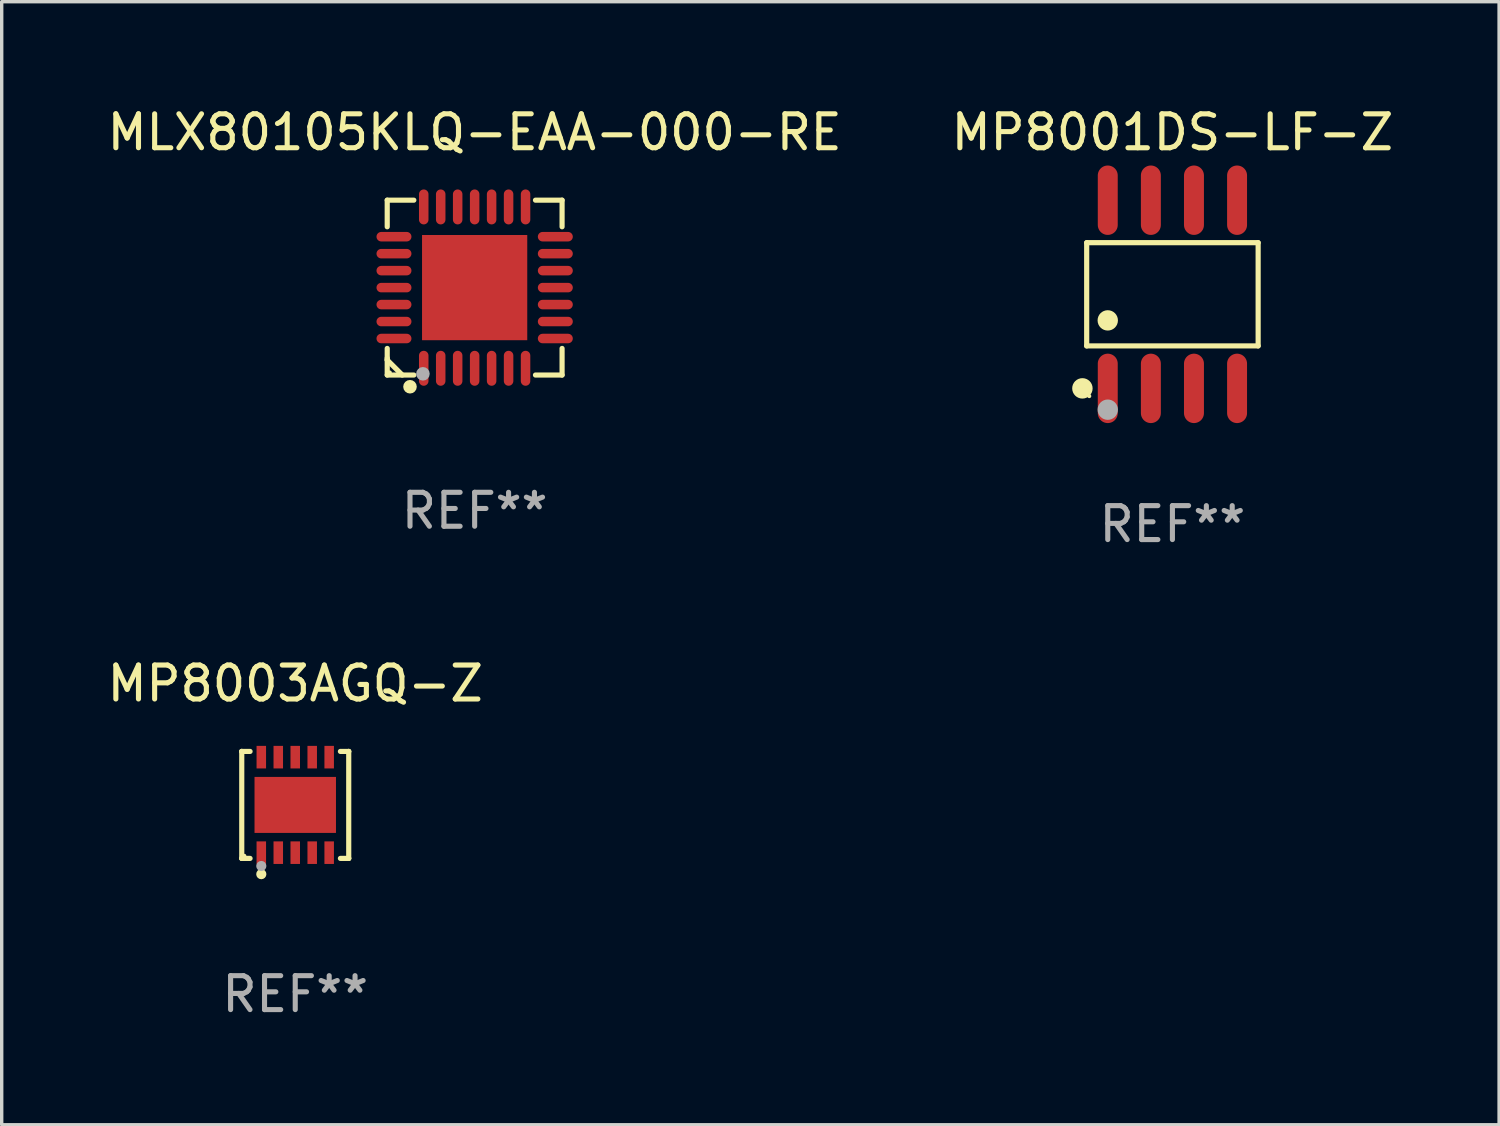
<source format=kicad_pcb>
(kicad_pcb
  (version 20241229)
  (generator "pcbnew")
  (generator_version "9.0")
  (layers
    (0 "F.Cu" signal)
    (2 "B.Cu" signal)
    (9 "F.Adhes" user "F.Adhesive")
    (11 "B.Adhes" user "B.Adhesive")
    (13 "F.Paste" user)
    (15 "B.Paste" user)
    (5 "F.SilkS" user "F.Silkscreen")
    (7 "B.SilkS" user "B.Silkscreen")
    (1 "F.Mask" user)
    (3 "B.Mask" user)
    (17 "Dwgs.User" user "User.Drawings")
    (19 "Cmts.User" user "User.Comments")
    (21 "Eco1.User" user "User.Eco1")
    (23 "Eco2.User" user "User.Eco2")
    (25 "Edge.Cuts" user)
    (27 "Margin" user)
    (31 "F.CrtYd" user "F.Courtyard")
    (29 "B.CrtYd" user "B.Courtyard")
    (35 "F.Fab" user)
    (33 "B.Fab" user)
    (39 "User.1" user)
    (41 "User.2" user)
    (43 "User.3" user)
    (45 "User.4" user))
  (footprint "MP8001DS-LF-Z"
    (layer "F.Cu")
    (at 31.494 5.621)
    (property "Reference" "MP8001DS-LF-Z" (at 0 -4.772 0) (layer "F.SilkS") (effects (font (size 1 1) (thickness 0.15))))
    (attr through_hole)
    (fp_line (start -2.526 -1.521) (end 2.526 -1.521) (stroke (width 0.152) (type solid)) (layer "F.SilkS"))
    (fp_line (start -2.526 1.521) (end -2.526 -1.521) (stroke (width 0.152) (type solid)) (layer "F.SilkS"))
    (fp_line (start 2.526 -1.521) (end 2.526 1.521) (stroke (width 0.152) (type solid)) (layer "F.SilkS"))
    (fp_line (start 2.526 1.521) (end -2.526 1.521) (stroke (width 0.152) (type solid)) (layer "F.SilkS"))
    (fp_circle (center -2.652 2.772) (end -2.501 2.772) (stroke (width 0.3) (type solid)) (fill no) (layer "F.SilkS"))
    (fp_circle (center -2.45 3) (end -2.42 3) (stroke (width 0.06) (type solid)) (fill no) (layer "F.SilkS"))
    (fp_circle (center -1.905 0.769) (end -1.755 0.769) (stroke (width 0.3) (type solid)) (fill no) (layer "F.SilkS"))
    (fp_circle (center -1.905 3.4) (end -1.755 3.4) (stroke (width 0.3) (type solid)) (fill no) (layer "F.Fab"))
    (fp_text user "REF**" (at 0 6.772 0) (layer "F.Fab") (effects (font (size 1 1) (thickness 0.15))))
    (pad "1" smd oval (at -1.905 2.772) (size 0.588 2.045) (layers "F.Cu" "F.Mask" "F.Paste"))
    (pad "2" smd oval (at -0.635 2.772) (size 0.588 2.045) (layers "F.Cu" "F.Mask" "F.Paste"))
    (pad "3" smd oval (at 0.635 2.772) (size 0.588 2.045) (layers "F.Cu" "F.Mask" "F.Paste"))
    (pad "4" smd oval (at 1.905 2.772) (size 0.588 2.045) (layers "F.Cu" "F.Mask" "F.Paste"))
    (pad "5" smd oval (at 1.905 -2.772) (size 0.588 2.045) (layers "F.Cu" "F.Mask" "F.Paste"))
    (pad "6" smd oval (at 0.635 -2.772) (size 0.588 2.045) (layers "F.Cu" "F.Mask" "F.Paste"))
    (pad "7" smd oval (at -0.635 -2.772) (size 0.588 2.045) (layers "F.Cu" "F.Mask" "F.Paste"))
    (pad "8" smd oval (at -1.905 -2.772) (size 0.588 2.045) (layers "F.Cu" "F.Mask" "F.Paste")))
  (footprint "MP8003AGQ-Z"
    (layer "F.Cu")
    (at 5.649 20.666)
    (property "Reference" "MP8003AGQ-Z" (at 0 -3.576 0) (layer "F.SilkS") (effects (font (size 1 1) (thickness 0.15))))
    (attr through_hole)
    (fp_line (start -1.576 -1.576) (end -1.576 -1.576) (stroke (width 0.152) (type solid)) (layer "F.SilkS"))
    (fp_line (start -1.576 -1.576) (end -1.331 -1.576) (stroke (width 0.152) (type solid)) (layer "F.SilkS"))
    (fp_line (start -1.576 1.576) (end -1.576 -1.576) (stroke (width 0.152) (type solid)) (layer "F.SilkS"))
    (fp_line (start -1.576 1.576) (end -1.576 1.576) (stroke (width 0.152) (type solid)) (layer "F.SilkS"))
    (fp_line (start -1.331 1.576) (end -1.576 1.576) (stroke (width 0.152) (type solid)) (layer "F.SilkS"))
    (fp_line (start 1.331 1.576) (end 1.576 1.576) (stroke (width 0.152) (type solid)) (layer "F.SilkS"))
    (fp_line (start 1.576 -1.576) (end 1.331 -1.576) (stroke (width 0.152) (type solid)) (layer "F.SilkS"))
    (fp_line (start 1.576 -1.576) (end 1.576 -1.576) (stroke (width 0.152) (type solid)) (layer "F.SilkS"))
    (fp_line (start 1.576 1.576) (end 1.576 -1.576) (stroke (width 0.152) (type solid)) (layer "F.SilkS"))
    (fp_line (start 1.576 1.576) (end 1.576 1.576) (stroke (width 0.152) (type solid)) (layer "F.SilkS"))
    (fp_circle (center -1.5 1.5) (end -1.47 1.5) (stroke (width 0.06) (type solid)) (fill no) (layer "F.SilkS"))
    (fp_circle (center -1 2.04) (end -0.925 2.04) (stroke (width 0.15) (type solid)) (fill no) (layer "F.SilkS"))
    (fp_circle (center -1 1.8) (end -0.925 1.8) (stroke (width 0.15) (type solid)) (fill no) (layer "F.Fab"))
    (fp_text user "REF**" (at 0 5.576 0) (layer "F.Fab") (effects (font (size 1 1) (thickness 0.15))))
    (pad "1" smd rect (at -1 1.407) (size 0.28 0.665) (layers "F.Cu" "F.Mask" "F.Paste"))
    (pad "2" smd rect (at -0.5 1.407) (size 0.28 0.665) (layers "F.Cu" "F.Mask" "F.Paste"))
    (pad "3" smd rect (at 0 1.407) (size 0.28 0.665) (layers "F.Cu" "F.Mask" "F.Paste"))
    (pad "4" smd rect (at 0.5 1.407) (size 0.28 0.665) (layers "F.Cu" "F.Mask" "F.Paste"))
    (pad "5" smd rect (at 1 1.407) (size 0.28 0.665) (layers "F.Cu" "F.Mask" "F.Paste"))
    (pad "6" smd rect (at 1 -1.407) (size 0.28 0.665) (layers "F.Cu" "F.Mask" "F.Paste"))
    (pad "7" smd rect (at 0.5 -1.407) (size 0.28 0.665) (layers "F.Cu" "F.Mask" "F.Paste"))
    (pad "8" smd rect (at 0 -1.407) (size 0.28 0.665) (layers "F.Cu" "F.Mask" "F.Paste"))
    (pad "9" smd rect (at -0.5 -1.407) (size 0.28 0.665) (layers "F.Cu" "F.Mask" "F.Paste"))
    (pad "10" smd rect (at -1 -1.407) (size 0.28 0.665) (layers "F.Cu" "F.Mask" "F.Paste"))
    (pad "11" smd rect (at 0 0) (size 2.4 1.65) (layers "F.Cu" "F.Mask" "F.Paste")))
  (footprint "MLX80105KLQ-EAA-000-RE"
    (layer "F.Cu")
    (at 10.935 5.424)
    (property "Reference" "MLX80105KLQ-EAA-000-RE" (at 0 -4.576 0) (layer "F.SilkS") (effects (font (size 1 1) (thickness 0.15))))
    (attr through_hole)
    (fp_line (start -2.576 -2.576) (end -2.576 -1.792) (stroke (width 0.152) (type solid)) (layer "F.SilkS"))
    (fp_line (start -2.576 2.077) (end -2.576 2.133) (stroke (width 0.152) (type solid)) (layer "F.SilkS"))
    (fp_line (start -2.576 2.133) (end -2.133 2.576) (stroke (width 0.152) (type solid)) (layer "F.SilkS"))
    (fp_line (start -2.576 2.576) (end -2.576 1.792) (stroke (width 0.152) (type solid)) (layer "F.SilkS"))
    (fp_line (start -1.792 -2.576) (end -2.576 -2.576) (stroke (width 0.152) (type solid)) (layer "F.SilkS"))
    (fp_line (start -1.792 2.576) (end -2.576 2.576) (stroke (width 0.152) (type solid)) (layer "F.SilkS"))
    (fp_line (start 1.792 -2.576) (end 2.576 -2.576) (stroke (width 0.152) (type solid)) (layer "F.SilkS"))
    (fp_line (start 1.792 2.576) (end 2.576 2.576) (stroke (width 0.152) (type solid)) (layer "F.SilkS"))
    (fp_line (start 2.576 -2.576) (end 2.576 -1.792) (stroke (width 0.152) (type solid)) (layer "F.SilkS"))
    (fp_line (start 2.576 2.576) (end 2.576 1.792) (stroke (width 0.152) (type solid)) (layer "F.SilkS"))
    (fp_circle (center -2.5 2.5) (end -2.47 2.5) (stroke (width 0.06) (type solid)) (fill no) (layer "F.SilkS"))
    (fp_circle (center -1.905 2.921) (end -1.805 2.921) (stroke (width 0.2) (type solid)) (fill no) (layer "F.SilkS"))
    (fp_circle (center -1.524 2.54) (end -1.424 2.54) (stroke (width 0.2) (type solid)) (fill no) (layer "F.Fab"))
    (fp_text user "REF**" (at 0 6.576 0) (layer "F.Fab") (effects (font (size 1 1) (thickness 0.15))))
    (pad "1" smd oval (at -1.5 2.377) (size 0.28 1.03) (layers "F.Cu" "F.Mask" "F.Paste"))
    (pad "2" smd oval (at -1 2.377) (size 0.28 1.03) (layers "F.Cu" "F.Mask" "F.Paste"))
    (pad "3" smd oval (at -0.5 2.377) (size 0.28 1.03) (layers "F.Cu" "F.Mask" "F.Paste"))
    (pad "4" smd oval (at 0 2.377) (size 0.28 1.03) (layers "F.Cu" "F.Mask" "F.Paste"))
    (pad "5" smd oval (at 0.5 2.377) (size 0.28 1.03) (layers "F.Cu" "F.Mask" "F.Paste"))
    (pad "6" smd oval (at 1 2.377) (size 0.28 1.03) (layers "F.Cu" "F.Mask" "F.Paste"))
    (pad "7" smd oval (at 1.5 2.377) (size 0.28 1.03) (layers "F.Cu" "F.Mask" "F.Paste"))
    (pad "8" smd oval (at 2.377 1.5) (size 1.03 0.28) (layers "F.Cu" "F.Mask" "F.Paste"))
    (pad "9" smd oval (at 2.377 1) (size 1.03 0.28) (layers "F.Cu" "F.Mask" "F.Paste"))
    (pad "10" smd oval (at 2.377 0.5) (size 1.03 0.28) (layers "F.Cu" "F.Mask" "F.Paste"))
    (pad "11" smd oval (at 2.377 0) (size 1.03 0.28) (layers "F.Cu" "F.Mask" "F.Paste"))
    (pad "12" smd oval (at 2.377 -0.5) (size 1.03 0.28) (layers "F.Cu" "F.Mask" "F.Paste"))
    (pad "13" smd oval (at 2.377 -1) (size 1.03 0.28) (layers "F.Cu" "F.Mask" "F.Paste"))
    (pad "14" smd oval (at 2.377 -1.5) (size 1.03 0.28) (layers "F.Cu" "F.Mask" "F.Paste"))
    (pad "15" smd oval (at 1.5 -2.377) (size 0.28 1.03) (layers "F.Cu" "F.Mask" "F.Paste"))
    (pad "16" smd oval (at 1 -2.377) (size 0.28 1.03) (layers "F.Cu" "F.Mask" "F.Paste"))
    (pad "17" smd oval (at 0.5 -2.377) (size 0.28 1.03) (layers "F.Cu" "F.Mask" "F.Paste"))
    (pad "18" smd oval (at 0 -2.377) (size 0.28 1.03) (layers "F.Cu" "F.Mask" "F.Paste"))
    (pad "19" smd oval (at -0.5 -2.377) (size 0.28 1.03) (layers "F.Cu" "F.Mask" "F.Paste"))
    (pad "20" smd oval (at -1 -2.377) (size 0.28 1.03) (layers "F.Cu" "F.Mask" "F.Paste"))
    (pad "21" smd oval (at -1.5 -2.377) (size 0.28 1.03) (layers "F.Cu" "F.Mask" "F.Paste"))
    (pad "22" smd oval (at -2.377 -1.5) (size 1.03 0.28) (layers "F.Cu" "F.Mask" "F.Paste"))
    (pad "23" smd oval (at -2.377 -1) (size 1.03 0.28) (layers "F.Cu" "F.Mask" "F.Paste"))
    (pad "24" smd oval (at -2.377 -0.5) (size 1.03 0.28) (layers "F.Cu" "F.Mask" "F.Paste"))
    (pad "25" smd oval (at -2.377 0) (size 1.03 0.28) (layers "F.Cu" "F.Mask" "F.Paste"))
    (pad "26" smd oval (at -2.377 0.5) (size 1.03 0.28) (layers "F.Cu" "F.Mask" "F.Paste"))
    (pad "27" smd oval (at -2.377 1) (size 1.03 0.28) (layers "F.Cu" "F.Mask" "F.Paste"))
    (pad "28" smd oval (at -2.377 1.5) (size 1.03 0.28) (layers "F.Cu" "F.Mask" "F.Paste"))
    (pad "29" smd rect (at 0 0) (size 3.1 3.1) (layers "F.Cu" "F.Mask" "F.Paste")))
  (gr_rect
    (start -3 -3)
    (end 41.119 30.09)
    (stroke (width 0.1) (type default))
    (fill no)
    (layer "Edge.Cuts")))
</source>
